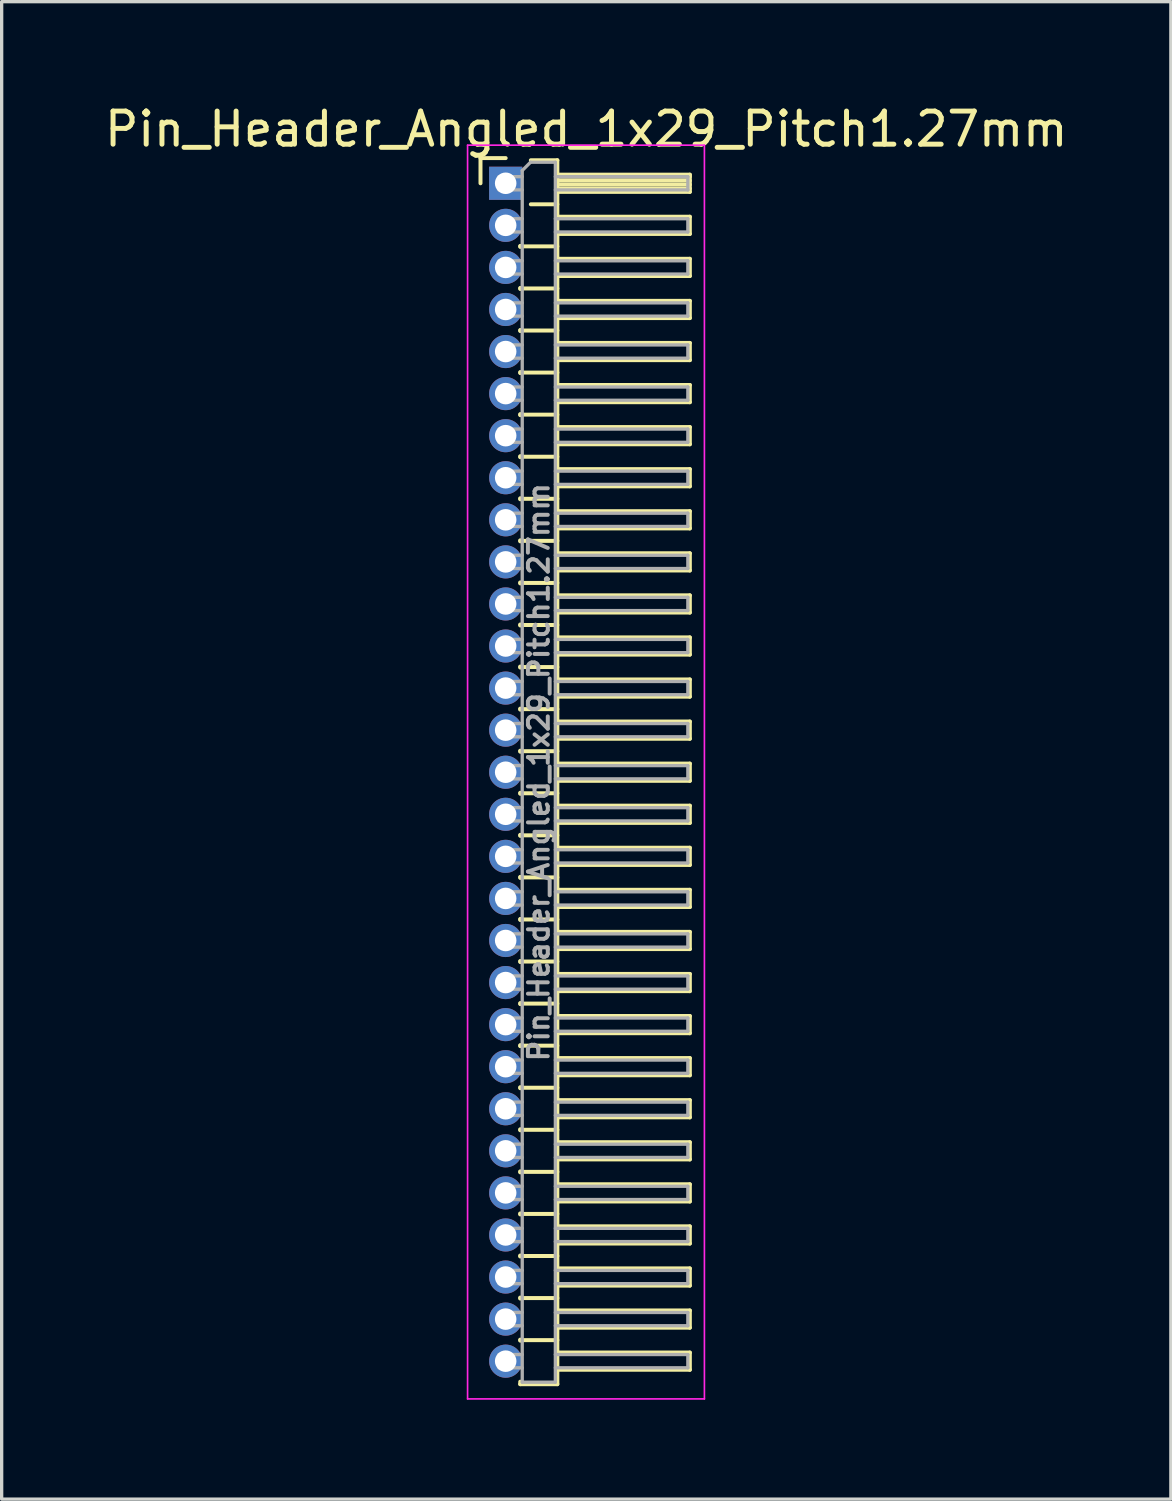
<source format=kicad_pcb>
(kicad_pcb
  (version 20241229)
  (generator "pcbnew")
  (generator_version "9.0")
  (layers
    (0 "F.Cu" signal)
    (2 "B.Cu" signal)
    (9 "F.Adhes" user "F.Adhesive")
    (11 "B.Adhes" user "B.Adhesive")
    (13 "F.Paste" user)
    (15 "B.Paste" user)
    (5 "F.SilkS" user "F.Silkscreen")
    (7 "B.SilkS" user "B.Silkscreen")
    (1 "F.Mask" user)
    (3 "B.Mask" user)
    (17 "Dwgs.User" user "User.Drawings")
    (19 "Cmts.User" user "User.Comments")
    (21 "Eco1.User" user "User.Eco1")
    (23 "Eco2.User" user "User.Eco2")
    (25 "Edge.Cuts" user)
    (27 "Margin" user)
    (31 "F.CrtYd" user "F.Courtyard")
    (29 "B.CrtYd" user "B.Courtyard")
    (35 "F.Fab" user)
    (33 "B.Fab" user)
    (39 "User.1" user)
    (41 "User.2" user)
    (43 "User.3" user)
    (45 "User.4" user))
  (footprint "Pin_Header_Angled_1x29_Pitch1.27mm"
    (layer "F.Cu")
    (at 12.216 2.483)
    (property "Reference" "Pin_Header_Angled_1x29_Pitch1.27mm" (at 2.433 -1.635 0) (layer "F.SilkS") (effects (font (size 1 1) (thickness 0.15))))
    (attr through_hole)
    (fp_line (start -0.76 -0.76) (end 0 -0.76) (stroke (width 0.12) (type solid)) (layer "F.SilkS"))
    (fp_line (start -0.76 0) (end -0.76 -0.76) (stroke (width 0.12) (type solid)) (layer "F.SilkS"))
    (fp_line (start 0.44 1.89) (end 0.44 1.92) (stroke (width 0.12) (type solid)) (layer "F.SilkS"))
    (fp_line (start 0.44 1.905) (end 1.56 1.905) (stroke (width 0.12) (type solid)) (layer "F.SilkS"))
    (fp_line (start 0.44 3.16) (end 0.44 3.19) (stroke (width 0.12) (type solid)) (layer "F.SilkS"))
    (fp_line (start 0.44 3.175) (end 1.56 3.175) (stroke (width 0.12) (type solid)) (layer "F.SilkS"))
    (fp_line (start 0.44 4.43) (end 0.44 4.46) (stroke (width 0.12) (type solid)) (layer "F.SilkS"))
    (fp_line (start 0.44 4.445) (end 1.56 4.445) (stroke (width 0.12) (type solid)) (layer "F.SilkS"))
    (fp_line (start 0.44 5.7) (end 0.44 5.73) (stroke (width 0.12) (type solid)) (layer "F.SilkS"))
    (fp_line (start 0.44 5.715) (end 1.56 5.715) (stroke (width 0.12) (type solid)) (layer "F.SilkS"))
    (fp_line (start 0.44 6.97) (end 0.44 7) (stroke (width 0.12) (type solid)) (layer "F.SilkS"))
    (fp_line (start 0.44 6.985) (end 1.56 6.985) (stroke (width 0.12) (type solid)) (layer "F.SilkS"))
    (fp_line (start 0.44 8.24) (end 0.44 8.27) (stroke (width 0.12) (type solid)) (layer "F.SilkS"))
    (fp_line (start 0.44 8.255) (end 1.56 8.255) (stroke (width 0.12) (type solid)) (layer "F.SilkS"))
    (fp_line (start 0.44 9.51) (end 0.44 9.54) (stroke (width 0.12) (type solid)) (layer "F.SilkS"))
    (fp_line (start 0.44 9.525) (end 1.56 9.525) (stroke (width 0.12) (type solid)) (layer "F.SilkS"))
    (fp_line (start 0.44 10.78) (end 0.44 10.81) (stroke (width 0.12) (type solid)) (layer "F.SilkS"))
    (fp_line (start 0.44 10.795) (end 1.56 10.795) (stroke (width 0.12) (type solid)) (layer "F.SilkS"))
    (fp_line (start 0.44 12.05) (end 0.44 12.08) (stroke (width 0.12) (type solid)) (layer "F.SilkS"))
    (fp_line (start 0.44 12.065) (end 1.56 12.065) (stroke (width 0.12) (type solid)) (layer "F.SilkS"))
    (fp_line (start 0.44 13.32) (end 0.44 13.35) (stroke (width 0.12) (type solid)) (layer "F.SilkS"))
    (fp_line (start 0.44 13.335) (end 1.56 13.335) (stroke (width 0.12) (type solid)) (layer "F.SilkS"))
    (fp_line (start 0.44 14.59) (end 0.44 14.62) (stroke (width 0.12) (type solid)) (layer "F.SilkS"))
    (fp_line (start 0.44 14.605) (end 1.56 14.605) (stroke (width 0.12) (type solid)) (layer "F.SilkS"))
    (fp_line (start 0.44 15.86) (end 0.44 15.89) (stroke (width 0.12) (type solid)) (layer "F.SilkS"))
    (fp_line (start 0.44 15.875) (end 1.56 15.875) (stroke (width 0.12) (type solid)) (layer "F.SilkS"))
    (fp_line (start 0.44 17.13) (end 0.44 17.16) (stroke (width 0.12) (type solid)) (layer "F.SilkS"))
    (fp_line (start 0.44 17.145) (end 1.56 17.145) (stroke (width 0.12) (type solid)) (layer "F.SilkS"))
    (fp_line (start 0.44 18.4) (end 0.44 18.43) (stroke (width 0.12) (type solid)) (layer "F.SilkS"))
    (fp_line (start 0.44 18.415) (end 1.56 18.415) (stroke (width 0.12) (type solid)) (layer "F.SilkS"))
    (fp_line (start 0.44 19.67) (end 0.44 19.7) (stroke (width 0.12) (type solid)) (layer "F.SilkS"))
    (fp_line (start 0.44 19.685) (end 1.56 19.685) (stroke (width 0.12) (type solid)) (layer "F.SilkS"))
    (fp_line (start 0.44 20.94) (end 0.44 20.97) (stroke (width 0.12) (type solid)) (layer "F.SilkS"))
    (fp_line (start 0.44 20.955) (end 1.56 20.955) (stroke (width 0.12) (type solid)) (layer "F.SilkS"))
    (fp_line (start 0.44 22.21) (end 0.44 22.24) (stroke (width 0.12) (type solid)) (layer "F.SilkS"))
    (fp_line (start 0.44 22.225) (end 1.56 22.225) (stroke (width 0.12) (type solid)) (layer "F.SilkS"))
    (fp_line (start 0.44 23.48) (end 0.44 23.51) (stroke (width 0.12) (type solid)) (layer "F.SilkS"))
    (fp_line (start 0.44 23.495) (end 1.56 23.495) (stroke (width 0.12) (type solid)) (layer "F.SilkS"))
    (fp_line (start 0.44 24.75) (end 0.44 24.78) (stroke (width 0.12) (type solid)) (layer "F.SilkS"))
    (fp_line (start 0.44 24.765) (end 1.56 24.765) (stroke (width 0.12) (type solid)) (layer "F.SilkS"))
    (fp_line (start 0.44 26.02) (end 0.44 26.05) (stroke (width 0.12) (type solid)) (layer "F.SilkS"))
    (fp_line (start 0.44 26.035) (end 1.56 26.035) (stroke (width 0.12) (type solid)) (layer "F.SilkS"))
    (fp_line (start 0.44 27.29) (end 0.44 27.32) (stroke (width 0.12) (type solid)) (layer "F.SilkS"))
    (fp_line (start 0.44 27.305) (end 1.56 27.305) (stroke (width 0.12) (type solid)) (layer "F.SilkS"))
    (fp_line (start 0.44 28.56) (end 0.44 28.59) (stroke (width 0.12) (type solid)) (layer "F.SilkS"))
    (fp_line (start 0.44 28.575) (end 1.56 28.575) (stroke (width 0.12) (type solid)) (layer "F.SilkS"))
    (fp_line (start 0.44 29.83) (end 0.44 29.86) (stroke (width 0.12) (type solid)) (layer "F.SilkS"))
    (fp_line (start 0.44 29.845) (end 1.56 29.845) (stroke (width 0.12) (type solid)) (layer "F.SilkS"))
    (fp_line (start 0.44 31.1) (end 0.44 31.13) (stroke (width 0.12) (type solid)) (layer "F.SilkS"))
    (fp_line (start 0.44 31.115) (end 1.56 31.115) (stroke (width 0.12) (type solid)) (layer "F.SilkS"))
    (fp_line (start 0.44 32.37) (end 0.44 32.4) (stroke (width 0.12) (type solid)) (layer "F.SilkS"))
    (fp_line (start 0.44 32.385) (end 1.56 32.385) (stroke (width 0.12) (type solid)) (layer "F.SilkS"))
    (fp_line (start 0.44 33.64) (end 0.44 33.67) (stroke (width 0.12) (type solid)) (layer "F.SilkS"))
    (fp_line (start 0.44 33.655) (end 1.56 33.655) (stroke (width 0.12) (type solid)) (layer "F.SilkS"))
    (fp_line (start 0.44 34.91) (end 0.44 34.94) (stroke (width 0.12) (type solid)) (layer "F.SilkS"))
    (fp_line (start 0.44 34.925) (end 1.56 34.925) (stroke (width 0.12) (type solid)) (layer "F.SilkS"))
    (fp_line (start 0.44 36.255) (end 0.44 36.18) (stroke (width 0.12) (type solid)) (layer "F.SilkS"))
    (fp_line (start 0.76 -0.695) (end 1.56 -0.695) (stroke (width 0.12) (type solid)) (layer "F.SilkS"))
    (fp_line (start 0.76 0.635) (end 1.56 0.635) (stroke (width 0.12) (type solid)) (layer "F.SilkS"))
    (fp_line (start 1.56 -0.695) (end 1.56 36.255) (stroke (width 0.12) (type solid)) (layer "F.SilkS"))
    (fp_line (start 1.56 -0.26) (end 5.56 -0.26) (stroke (width 0.12) (type solid)) (layer "F.SilkS"))
    (fp_line (start 1.56 -0.2) (end 5.56 -0.2) (stroke (width 0.12) (type solid)) (layer "F.SilkS"))
    (fp_line (start 1.56 -0.08) (end 5.56 -0.08) (stroke (width 0.12) (type solid)) (layer "F.SilkS"))
    (fp_line (start 1.56 0.04) (end 5.56 0.04) (stroke (width 0.12) (type solid)) (layer "F.SilkS"))
    (fp_line (start 1.56 0.16) (end 5.56 0.16) (stroke (width 0.12) (type solid)) (layer "F.SilkS"))
    (fp_line (start 1.56 1.01) (end 5.56 1.01) (stroke (width 0.12) (type solid)) (layer "F.SilkS"))
    (fp_line (start 1.56 2.28) (end 5.56 2.28) (stroke (width 0.12) (type solid)) (layer "F.SilkS"))
    (fp_line (start 1.56 3.55) (end 5.56 3.55) (stroke (width 0.12) (type solid)) (layer "F.SilkS"))
    (fp_line (start 1.56 4.82) (end 5.56 4.82) (stroke (width 0.12) (type solid)) (layer "F.SilkS"))
    (fp_line (start 1.56 6.09) (end 5.56 6.09) (stroke (width 0.12) (type solid)) (layer "F.SilkS"))
    (fp_line (start 1.56 7.36) (end 5.56 7.36) (stroke (width 0.12) (type solid)) (layer "F.SilkS"))
    (fp_line (start 1.56 8.63) (end 5.56 8.63) (stroke (width 0.12) (type solid)) (layer "F.SilkS"))
    (fp_line (start 1.56 9.9) (end 5.56 9.9) (stroke (width 0.12) (type solid)) (layer "F.SilkS"))
    (fp_line (start 1.56 11.17) (end 5.56 11.17) (stroke (width 0.12) (type solid)) (layer "F.SilkS"))
    (fp_line (start 1.56 12.44) (end 5.56 12.44) (stroke (width 0.12) (type solid)) (layer "F.SilkS"))
    (fp_line (start 1.56 13.71) (end 5.56 13.71) (stroke (width 0.12) (type solid)) (layer "F.SilkS"))
    (fp_line (start 1.56 14.98) (end 5.56 14.98) (stroke (width 0.12) (type solid)) (layer "F.SilkS"))
    (fp_line (start 1.56 16.25) (end 5.56 16.25) (stroke (width 0.12) (type solid)) (layer "F.SilkS"))
    (fp_line (start 1.56 17.52) (end 5.56 17.52) (stroke (width 0.12) (type solid)) (layer "F.SilkS"))
    (fp_line (start 1.56 18.79) (end 5.56 18.79) (stroke (width 0.12) (type solid)) (layer "F.SilkS"))
    (fp_line (start 1.56 20.06) (end 5.56 20.06) (stroke (width 0.12) (type solid)) (layer "F.SilkS"))
    (fp_line (start 1.56 21.33) (end 5.56 21.33) (stroke (width 0.12) (type solid)) (layer "F.SilkS"))
    (fp_line (start 1.56 22.6) (end 5.56 22.6) (stroke (width 0.12) (type solid)) (layer "F.SilkS"))
    (fp_line (start 1.56 23.87) (end 5.56 23.87) (stroke (width 0.12) (type solid)) (layer "F.SilkS"))
    (fp_line (start 1.56 25.14) (end 5.56 25.14) (stroke (width 0.12) (type solid)) (layer "F.SilkS"))
    (fp_line (start 1.56 26.41) (end 5.56 26.41) (stroke (width 0.12) (type solid)) (layer "F.SilkS"))
    (fp_line (start 1.56 27.68) (end 5.56 27.68) (stroke (width 0.12) (type solid)) (layer "F.SilkS"))
    (fp_line (start 1.56 28.95) (end 5.56 28.95) (stroke (width 0.12) (type solid)) (layer "F.SilkS"))
    (fp_line (start 1.56 30.22) (end 5.56 30.22) (stroke (width 0.12) (type solid)) (layer "F.SilkS"))
    (fp_line (start 1.56 31.49) (end 5.56 31.49) (stroke (width 0.12) (type solid)) (layer "F.SilkS"))
    (fp_line (start 1.56 32.76) (end 5.56 32.76) (stroke (width 0.12) (type solid)) (layer "F.SilkS"))
    (fp_line (start 1.56 34.03) (end 5.56 34.03) (stroke (width 0.12) (type solid)) (layer "F.SilkS"))
    (fp_line (start 1.56 35.3) (end 5.56 35.3) (stroke (width 0.12) (type solid)) (layer "F.SilkS"))
    (fp_line (start 1.56 36.255) (end 0.44 36.255) (stroke (width 0.12) (type solid)) (layer "F.SilkS"))
    (fp_line (start 5.56 -0.26) (end 5.56 0.26) (stroke (width 0.12) (type solid)) (layer "F.SilkS"))
    (fp_line (start 5.56 0.26) (end 1.56 0.26) (stroke (width 0.12) (type solid)) (layer "F.SilkS"))
    (fp_line (start 5.56 1.01) (end 5.56 1.53) (stroke (width 0.12) (type solid)) (layer "F.SilkS"))
    (fp_line (start 5.56 1.53) (end 1.56 1.53) (stroke (width 0.12) (type solid)) (layer "F.SilkS"))
    (fp_line (start 5.56 2.28) (end 5.56 2.8) (stroke (width 0.12) (type solid)) (layer "F.SilkS"))
    (fp_line (start 5.56 2.8) (end 1.56 2.8) (stroke (width 0.12) (type solid)) (layer "F.SilkS"))
    (fp_line (start 5.56 3.55) (end 5.56 4.07) (stroke (width 0.12) (type solid)) (layer "F.SilkS"))
    (fp_line (start 5.56 4.07) (end 1.56 4.07) (stroke (width 0.12) (type solid)) (layer "F.SilkS"))
    (fp_line (start 5.56 4.82) (end 5.56 5.34) (stroke (width 0.12) (type solid)) (layer "F.SilkS"))
    (fp_line (start 5.56 5.34) (end 1.56 5.34) (stroke (width 0.12) (type solid)) (layer "F.SilkS"))
    (fp_line (start 5.56 6.09) (end 5.56 6.61) (stroke (width 0.12) (type solid)) (layer "F.SilkS"))
    (fp_line (start 5.56 6.61) (end 1.56 6.61) (stroke (width 0.12) (type solid)) (layer "F.SilkS"))
    (fp_line (start 5.56 7.36) (end 5.56 7.88) (stroke (width 0.12) (type solid)) (layer "F.SilkS"))
    (fp_line (start 5.56 7.88) (end 1.56 7.88) (stroke (width 0.12) (type solid)) (layer "F.SilkS"))
    (fp_line (start 5.56 8.63) (end 5.56 9.15) (stroke (width 0.12) (type solid)) (layer "F.SilkS"))
    (fp_line (start 5.56 9.15) (end 1.56 9.15) (stroke (width 0.12) (type solid)) (layer "F.SilkS"))
    (fp_line (start 5.56 9.9) (end 5.56 10.42) (stroke (width 0.12) (type solid)) (layer "F.SilkS"))
    (fp_line (start 5.56 10.42) (end 1.56 10.42) (stroke (width 0.12) (type solid)) (layer "F.SilkS"))
    (fp_line (start 5.56 11.17) (end 5.56 11.69) (stroke (width 0.12) (type solid)) (layer "F.SilkS"))
    (fp_line (start 5.56 11.69) (end 1.56 11.69) (stroke (width 0.12) (type solid)) (layer "F.SilkS"))
    (fp_line (start 5.56 12.44) (end 5.56 12.96) (stroke (width 0.12) (type solid)) (layer "F.SilkS"))
    (fp_line (start 5.56 12.96) (end 1.56 12.96) (stroke (width 0.12) (type solid)) (layer "F.SilkS"))
    (fp_line (start 5.56 13.71) (end 5.56 14.23) (stroke (width 0.12) (type solid)) (layer "F.SilkS"))
    (fp_line (start 5.56 14.23) (end 1.56 14.23) (stroke (width 0.12) (type solid)) (layer "F.SilkS"))
    (fp_line (start 5.56 14.98) (end 5.56 15.5) (stroke (width 0.12) (type solid)) (layer "F.SilkS"))
    (fp_line (start 5.56 15.5) (end 1.56 15.5) (stroke (width 0.12) (type solid)) (layer "F.SilkS"))
    (fp_line (start 5.56 16.25) (end 5.56 16.77) (stroke (width 0.12) (type solid)) (layer "F.SilkS"))
    (fp_line (start 5.56 16.77) (end 1.56 16.77) (stroke (width 0.12) (type solid)) (layer "F.SilkS"))
    (fp_line (start 5.56 17.52) (end 5.56 18.04) (stroke (width 0.12) (type solid)) (layer "F.SilkS"))
    (fp_line (start 5.56 18.04) (end 1.56 18.04) (stroke (width 0.12) (type solid)) (layer "F.SilkS"))
    (fp_line (start 5.56 18.79) (end 5.56 19.31) (stroke (width 0.12) (type solid)) (layer "F.SilkS"))
    (fp_line (start 5.56 19.31) (end 1.56 19.31) (stroke (width 0.12) (type solid)) (layer "F.SilkS"))
    (fp_line (start 5.56 20.06) (end 5.56 20.58) (stroke (width 0.12) (type solid)) (layer "F.SilkS"))
    (fp_line (start 5.56 20.58) (end 1.56 20.58) (stroke (width 0.12) (type solid)) (layer "F.SilkS"))
    (fp_line (start 5.56 21.33) (end 5.56 21.85) (stroke (width 0.12) (type solid)) (layer "F.SilkS"))
    (fp_line (start 5.56 21.85) (end 1.56 21.85) (stroke (width 0.12) (type solid)) (layer "F.SilkS"))
    (fp_line (start 5.56 22.6) (end 5.56 23.12) (stroke (width 0.12) (type solid)) (layer "F.SilkS"))
    (fp_line (start 5.56 23.12) (end 1.56 23.12) (stroke (width 0.12) (type solid)) (layer "F.SilkS"))
    (fp_line (start 5.56 23.87) (end 5.56 24.39) (stroke (width 0.12) (type solid)) (layer "F.SilkS"))
    (fp_line (start 5.56 24.39) (end 1.56 24.39) (stroke (width 0.12) (type solid)) (layer "F.SilkS"))
    (fp_line (start 5.56 25.14) (end 5.56 25.66) (stroke (width 0.12) (type solid)) (layer "F.SilkS"))
    (fp_line (start 5.56 25.66) (end 1.56 25.66) (stroke (width 0.12) (type solid)) (layer "F.SilkS"))
    (fp_line (start 5.56 26.41) (end 5.56 26.93) (stroke (width 0.12) (type solid)) (layer "F.SilkS"))
    (fp_line (start 5.56 26.93) (end 1.56 26.93) (stroke (width 0.12) (type solid)) (layer "F.SilkS"))
    (fp_line (start 5.56 27.68) (end 5.56 28.2) (stroke (width 0.12) (type solid)) (layer "F.SilkS"))
    (fp_line (start 5.56 28.2) (end 1.56 28.2) (stroke (width 0.12) (type solid)) (layer "F.SilkS"))
    (fp_line (start 5.56 28.95) (end 5.56 29.47) (stroke (width 0.12) (type solid)) (layer "F.SilkS"))
    (fp_line (start 5.56 29.47) (end 1.56 29.47) (stroke (width 0.12) (type solid)) (layer "F.SilkS"))
    (fp_line (start 5.56 30.22) (end 5.56 30.74) (stroke (width 0.12) (type solid)) (layer "F.SilkS"))
    (fp_line (start 5.56 30.74) (end 1.56 30.74) (stroke (width 0.12) (type solid)) (layer "F.SilkS"))
    (fp_line (start 5.56 31.49) (end 5.56 32.01) (stroke (width 0.12) (type solid)) (layer "F.SilkS"))
    (fp_line (start 5.56 32.01) (end 1.56 32.01) (stroke (width 0.12) (type solid)) (layer "F.SilkS"))
    (fp_line (start 5.56 32.76) (end 5.56 33.28) (stroke (width 0.12) (type solid)) (layer "F.SilkS"))
    (fp_line (start 5.56 33.28) (end 1.56 33.28) (stroke (width 0.12) (type solid)) (layer "F.SilkS"))
    (fp_line (start 5.56 34.03) (end 5.56 34.55) (stroke (width 0.12) (type solid)) (layer "F.SilkS"))
    (fp_line (start 5.56 34.55) (end 1.56 34.55) (stroke (width 0.12) (type solid)) (layer "F.SilkS"))
    (fp_line (start 5.56 35.3) (end 5.56 35.82) (stroke (width 0.12) (type solid)) (layer "F.SilkS"))
    (fp_line (start 5.56 35.82) (end 1.56 35.82) (stroke (width 0.12) (type solid)) (layer "F.SilkS"))
    (fp_line (start -1.15 -1.15) (end -1.15 36.7) (stroke (width 0.05) (type solid)) (layer "F.CrtYd"))
    (fp_line (start -1.15 36.7) (end 6 36.7) (stroke (width 0.05) (type solid)) (layer "F.CrtYd"))
    (fp_line (start 6 -1.15) (end -1.15 -1.15) (stroke (width 0.05) (type solid)) (layer "F.CrtYd"))
    (fp_line (start 6 36.7) (end 6 -1.15) (stroke (width 0.05) (type solid)) (layer "F.CrtYd"))
    (fp_line (start -0.2 -0.2) (end -0.2 0.2) (stroke (width 0.1) (type solid)) (layer "F.Fab"))
    (fp_line (start -0.2 -0.2) (end 0.5 -0.2) (stroke (width 0.1) (type solid)) (layer "F.Fab"))
    (fp_line (start -0.2 0.2) (end 0.5 0.2) (stroke (width 0.1) (type solid)) (layer "F.Fab"))
    (fp_line (start -0.2 1.07) (end -0.2 1.47) (stroke (width 0.1) (type solid)) (layer "F.Fab"))
    (fp_line (start -0.2 1.07) (end 0.5 1.07) (stroke (width 0.1) (type solid)) (layer "F.Fab"))
    (fp_line (start -0.2 1.47) (end 0.5 1.47) (stroke (width 0.1) (type solid)) (layer "F.Fab"))
    (fp_line (start -0.2 2.34) (end -0.2 2.74) (stroke (width 0.1) (type solid)) (layer "F.Fab"))
    (fp_line (start -0.2 2.34) (end 0.5 2.34) (stroke (width 0.1) (type solid)) (layer "F.Fab"))
    (fp_line (start -0.2 2.74) (end 0.5 2.74) (stroke (width 0.1) (type solid)) (layer "F.Fab"))
    (fp_line (start -0.2 3.61) (end -0.2 4.01) (stroke (width 0.1) (type solid)) (layer "F.Fab"))
    (fp_line (start -0.2 3.61) (end 0.5 3.61) (stroke (width 0.1) (type solid)) (layer "F.Fab"))
    (fp_line (start -0.2 4.01) (end 0.5 4.01) (stroke (width 0.1) (type solid)) (layer "F.Fab"))
    (fp_line (start -0.2 4.88) (end -0.2 5.28) (stroke (width 0.1) (type solid)) (layer "F.Fab"))
    (fp_line (start -0.2 4.88) (end 0.5 4.88) (stroke (width 0.1) (type solid)) (layer "F.Fab"))
    (fp_line (start -0.2 5.28) (end 0.5 5.28) (stroke (width 0.1) (type solid)) (layer "F.Fab"))
    (fp_line (start -0.2 6.15) (end -0.2 6.55) (stroke (width 0.1) (type solid)) (layer "F.Fab"))
    (fp_line (start -0.2 6.15) (end 0.5 6.15) (stroke (width 0.1) (type solid)) (layer "F.Fab"))
    (fp_line (start -0.2 6.55) (end 0.5 6.55) (stroke (width 0.1) (type solid)) (layer "F.Fab"))
    (fp_line (start -0.2 7.42) (end -0.2 7.82) (stroke (width 0.1) (type solid)) (layer "F.Fab"))
    (fp_line (start -0.2 7.42) (end 0.5 7.42) (stroke (width 0.1) (type solid)) (layer "F.Fab"))
    (fp_line (start -0.2 7.82) (end 0.5 7.82) (stroke (width 0.1) (type solid)) (layer "F.Fab"))
    (fp_line (start -0.2 8.69) (end -0.2 9.09) (stroke (width 0.1) (type solid)) (layer "F.Fab"))
    (fp_line (start -0.2 8.69) (end 0.5 8.69) (stroke (width 0.1) (type solid)) (layer "F.Fab"))
    (fp_line (start -0.2 9.09) (end 0.5 9.09) (stroke (width 0.1) (type solid)) (layer "F.Fab"))
    (fp_line (start -0.2 9.96) (end -0.2 10.36) (stroke (width 0.1) (type solid)) (layer "F.Fab"))
    (fp_line (start -0.2 9.96) (end 0.5 9.96) (stroke (width 0.1) (type solid)) (layer "F.Fab"))
    (fp_line (start -0.2 10.36) (end 0.5 10.36) (stroke (width 0.1) (type solid)) (layer "F.Fab"))
    (fp_line (start -0.2 11.23) (end -0.2 11.63) (stroke (width 0.1) (type solid)) (layer "F.Fab"))
    (fp_line (start -0.2 11.23) (end 0.5 11.23) (stroke (width 0.1) (type solid)) (layer "F.Fab"))
    (fp_line (start -0.2 11.63) (end 0.5 11.63) (stroke (width 0.1) (type solid)) (layer "F.Fab"))
    (fp_line (start -0.2 12.5) (end -0.2 12.9) (stroke (width 0.1) (type solid)) (layer "F.Fab"))
    (fp_line (start -0.2 12.5) (end 0.5 12.5) (stroke (width 0.1) (type solid)) (layer "F.Fab"))
    (fp_line (start -0.2 12.9) (end 0.5 12.9) (stroke (width 0.1) (type solid)) (layer "F.Fab"))
    (fp_line (start -0.2 13.77) (end -0.2 14.17) (stroke (width 0.1) (type solid)) (layer "F.Fab"))
    (fp_line (start -0.2 13.77) (end 0.5 13.77) (stroke (width 0.1) (type solid)) (layer "F.Fab"))
    (fp_line (start -0.2 14.17) (end 0.5 14.17) (stroke (width 0.1) (type solid)) (layer "F.Fab"))
    (fp_line (start -0.2 15.04) (end -0.2 15.44) (stroke (width 0.1) (type solid)) (layer "F.Fab"))
    (fp_line (start -0.2 15.04) (end 0.5 15.04) (stroke (width 0.1) (type solid)) (layer "F.Fab"))
    (fp_line (start -0.2 15.44) (end 0.5 15.44) (stroke (width 0.1) (type solid)) (layer "F.Fab"))
    (fp_line (start -0.2 16.31) (end -0.2 16.71) (stroke (width 0.1) (type solid)) (layer "F.Fab"))
    (fp_line (start -0.2 16.31) (end 0.5 16.31) (stroke (width 0.1) (type solid)) (layer "F.Fab"))
    (fp_line (start -0.2 16.71) (end 0.5 16.71) (stroke (width 0.1) (type solid)) (layer "F.Fab"))
    (fp_line (start -0.2 17.58) (end -0.2 17.98) (stroke (width 0.1) (type solid)) (layer "F.Fab"))
    (fp_line (start -0.2 17.58) (end 0.5 17.58) (stroke (width 0.1) (type solid)) (layer "F.Fab"))
    (fp_line (start -0.2 17.98) (end 0.5 17.98) (stroke (width 0.1) (type solid)) (layer "F.Fab"))
    (fp_line (start -0.2 18.85) (end -0.2 19.25) (stroke (width 0.1) (type solid)) (layer "F.Fab"))
    (fp_line (start -0.2 18.85) (end 0.5 18.85) (stroke (width 0.1) (type solid)) (layer "F.Fab"))
    (fp_line (start -0.2 19.25) (end 0.5 19.25) (stroke (width 0.1) (type solid)) (layer "F.Fab"))
    (fp_line (start -0.2 20.12) (end -0.2 20.52) (stroke (width 0.1) (type solid)) (layer "F.Fab"))
    (fp_line (start -0.2 20.12) (end 0.5 20.12) (stroke (width 0.1) (type solid)) (layer "F.Fab"))
    (fp_line (start -0.2 20.52) (end 0.5 20.52) (stroke (width 0.1) (type solid)) (layer "F.Fab"))
    (fp_line (start -0.2 21.39) (end -0.2 21.79) (stroke (width 0.1) (type solid)) (layer "F.Fab"))
    (fp_line (start -0.2 21.39) (end 0.5 21.39) (stroke (width 0.1) (type solid)) (layer "F.Fab"))
    (fp_line (start -0.2 21.79) (end 0.5 21.79) (stroke (width 0.1) (type solid)) (layer "F.Fab"))
    (fp_line (start -0.2 22.66) (end -0.2 23.06) (stroke (width 0.1) (type solid)) (layer "F.Fab"))
    (fp_line (start -0.2 22.66) (end 0.5 22.66) (stroke (width 0.1) (type solid)) (layer "F.Fab"))
    (fp_line (start -0.2 23.06) (end 0.5 23.06) (stroke (width 0.1) (type solid)) (layer "F.Fab"))
    (fp_line (start -0.2 23.93) (end -0.2 24.33) (stroke (width 0.1) (type solid)) (layer "F.Fab"))
    (fp_line (start -0.2 23.93) (end 0.5 23.93) (stroke (width 0.1) (type solid)) (layer "F.Fab"))
    (fp_line (start -0.2 24.33) (end 0.5 24.33) (stroke (width 0.1) (type solid)) (layer "F.Fab"))
    (fp_line (start -0.2 25.2) (end -0.2 25.6) (stroke (width 0.1) (type solid)) (layer "F.Fab"))
    (fp_line (start -0.2 25.2) (end 0.5 25.2) (stroke (width 0.1) (type solid)) (layer "F.Fab"))
    (fp_line (start -0.2 25.6) (end 0.5 25.6) (stroke (width 0.1) (type solid)) (layer "F.Fab"))
    (fp_line (start -0.2 26.47) (end -0.2 26.87) (stroke (width 0.1) (type solid)) (layer "F.Fab"))
    (fp_line (start -0.2 26.47) (end 0.5 26.47) (stroke (width 0.1) (type solid)) (layer "F.Fab"))
    (fp_line (start -0.2 26.87) (end 0.5 26.87) (stroke (width 0.1) (type solid)) (layer "F.Fab"))
    (fp_line (start -0.2 27.74) (end -0.2 28.14) (stroke (width 0.1) (type solid)) (layer "F.Fab"))
    (fp_line (start -0.2 27.74) (end 0.5 27.74) (stroke (width 0.1) (type solid)) (layer "F.Fab"))
    (fp_line (start -0.2 28.14) (end 0.5 28.14) (stroke (width 0.1) (type solid)) (layer "F.Fab"))
    (fp_line (start -0.2 29.01) (end -0.2 29.41) (stroke (width 0.1) (type solid)) (layer "F.Fab"))
    (fp_line (start -0.2 29.01) (end 0.5 29.01) (stroke (width 0.1) (type solid)) (layer "F.Fab"))
    (fp_line (start -0.2 29.41) (end 0.5 29.41) (stroke (width 0.1) (type solid)) (layer "F.Fab"))
    (fp_line (start -0.2 30.28) (end -0.2 30.68) (stroke (width 0.1) (type solid)) (layer "F.Fab"))
    (fp_line (start -0.2 30.28) (end 0.5 30.28) (stroke (width 0.1) (type solid)) (layer "F.Fab"))
    (fp_line (start -0.2 30.68) (end 0.5 30.68) (stroke (width 0.1) (type solid)) (layer "F.Fab"))
    (fp_line (start -0.2 31.55) (end -0.2 31.95) (stroke (width 0.1) (type solid)) (layer "F.Fab"))
    (fp_line (start -0.2 31.55) (end 0.5 31.55) (stroke (width 0.1) (type solid)) (layer "F.Fab"))
    (fp_line (start -0.2 31.95) (end 0.5 31.95) (stroke (width 0.1) (type solid)) (layer "F.Fab"))
    (fp_line (start -0.2 32.82) (end -0.2 33.22) (stroke (width 0.1) (type solid)) (layer "F.Fab"))
    (fp_line (start -0.2 32.82) (end 0.5 32.82) (stroke (width 0.1) (type solid)) (layer "F.Fab"))
    (fp_line (start -0.2 33.22) (end 0.5 33.22) (stroke (width 0.1) (type solid)) (layer "F.Fab"))
    (fp_line (start -0.2 34.09) (end -0.2 34.49) (stroke (width 0.1) (type solid)) (layer "F.Fab"))
    (fp_line (start -0.2 34.09) (end 0.5 34.09) (stroke (width 0.1) (type solid)) (layer "F.Fab"))
    (fp_line (start -0.2 34.49) (end 0.5 34.49) (stroke (width 0.1) (type solid)) (layer "F.Fab"))
    (fp_line (start -0.2 35.36) (end -0.2 35.76) (stroke (width 0.1) (type solid)) (layer "F.Fab"))
    (fp_line (start -0.2 35.36) (end 0.5 35.36) (stroke (width 0.1) (type solid)) (layer "F.Fab"))
    (fp_line (start -0.2 35.76) (end 0.5 35.76) (stroke (width 0.1) (type solid)) (layer "F.Fab"))
    (fp_line (start 0.5 -0.385) (end 0.75 -0.635) (stroke (width 0.1) (type solid)) (layer "F.Fab"))
    (fp_line (start 0.5 36.195) (end 0.5 -0.385) (stroke (width 0.1) (type solid)) (layer "F.Fab"))
    (fp_line (start 0.75 -0.635) (end 1.5 -0.635) (stroke (width 0.1) (type solid)) (layer "F.Fab"))
    (fp_line (start 1.5 -0.635) (end 1.5 36.195) (stroke (width 0.1) (type solid)) (layer "F.Fab"))
    (fp_line (start 1.5 -0.2) (end 5.5 -0.2) (stroke (width 0.1) (type solid)) (layer "F.Fab"))
    (fp_line (start 1.5 0.2) (end 5.5 0.2) (stroke (width 0.1) (type solid)) (layer "F.Fab"))
    (fp_line (start 1.5 1.07) (end 5.5 1.07) (stroke (width 0.1) (type solid)) (layer "F.Fab"))
    (fp_line (start 1.5 1.47) (end 5.5 1.47) (stroke (width 0.1) (type solid)) (layer "F.Fab"))
    (fp_line (start 1.5 2.34) (end 5.5 2.34) (stroke (width 0.1) (type solid)) (layer "F.Fab"))
    (fp_line (start 1.5 2.74) (end 5.5 2.74) (stroke (width 0.1) (type solid)) (layer "F.Fab"))
    (fp_line (start 1.5 3.61) (end 5.5 3.61) (stroke (width 0.1) (type solid)) (layer "F.Fab"))
    (fp_line (start 1.5 4.01) (end 5.5 4.01) (stroke (width 0.1) (type solid)) (layer "F.Fab"))
    (fp_line (start 1.5 4.88) (end 5.5 4.88) (stroke (width 0.1) (type solid)) (layer "F.Fab"))
    (fp_line (start 1.5 5.28) (end 5.5 5.28) (stroke (width 0.1) (type solid)) (layer "F.Fab"))
    (fp_line (start 1.5 6.15) (end 5.5 6.15) (stroke (width 0.1) (type solid)) (layer "F.Fab"))
    (fp_line (start 1.5 6.55) (end 5.5 6.55) (stroke (width 0.1) (type solid)) (layer "F.Fab"))
    (fp_line (start 1.5 7.42) (end 5.5 7.42) (stroke (width 0.1) (type solid)) (layer "F.Fab"))
    (fp_line (start 1.5 7.82) (end 5.5 7.82) (stroke (width 0.1) (type solid)) (layer "F.Fab"))
    (fp_line (start 1.5 8.69) (end 5.5 8.69) (stroke (width 0.1) (type solid)) (layer "F.Fab"))
    (fp_line (start 1.5 9.09) (end 5.5 9.09) (stroke (width 0.1) (type solid)) (layer "F.Fab"))
    (fp_line (start 1.5 9.96) (end 5.5 9.96) (stroke (width 0.1) (type solid)) (layer "F.Fab"))
    (fp_line (start 1.5 10.36) (end 5.5 10.36) (stroke (width 0.1) (type solid)) (layer "F.Fab"))
    (fp_line (start 1.5 11.23) (end 5.5 11.23) (stroke (width 0.1) (type solid)) (layer "F.Fab"))
    (fp_line (start 1.5 11.63) (end 5.5 11.63) (stroke (width 0.1) (type solid)) (layer "F.Fab"))
    (fp_line (start 1.5 12.5) (end 5.5 12.5) (stroke (width 0.1) (type solid)) (layer "F.Fab"))
    (fp_line (start 1.5 12.9) (end 5.5 12.9) (stroke (width 0.1) (type solid)) (layer "F.Fab"))
    (fp_line (start 1.5 13.77) (end 5.5 13.77) (stroke (width 0.1) (type solid)) (layer "F.Fab"))
    (fp_line (start 1.5 14.17) (end 5.5 14.17) (stroke (width 0.1) (type solid)) (layer "F.Fab"))
    (fp_line (start 1.5 15.04) (end 5.5 15.04) (stroke (width 0.1) (type solid)) (layer "F.Fab"))
    (fp_line (start 1.5 15.44) (end 5.5 15.44) (stroke (width 0.1) (type solid)) (layer "F.Fab"))
    (fp_line (start 1.5 16.31) (end 5.5 16.31) (stroke (width 0.1) (type solid)) (layer "F.Fab"))
    (fp_line (start 1.5 16.71) (end 5.5 16.71) (stroke (width 0.1) (type solid)) (layer "F.Fab"))
    (fp_line (start 1.5 17.58) (end 5.5 17.58) (stroke (width 0.1) (type solid)) (layer "F.Fab"))
    (fp_line (start 1.5 17.98) (end 5.5 17.98) (stroke (width 0.1) (type solid)) (layer "F.Fab"))
    (fp_line (start 1.5 18.85) (end 5.5 18.85) (stroke (width 0.1) (type solid)) (layer "F.Fab"))
    (fp_line (start 1.5 19.25) (end 5.5 19.25) (stroke (width 0.1) (type solid)) (layer "F.Fab"))
    (fp_line (start 1.5 20.12) (end 5.5 20.12) (stroke (width 0.1) (type solid)) (layer "F.Fab"))
    (fp_line (start 1.5 20.52) (end 5.5 20.52) (stroke (width 0.1) (type solid)) (layer "F.Fab"))
    (fp_line (start 1.5 21.39) (end 5.5 21.39) (stroke (width 0.1) (type solid)) (layer "F.Fab"))
    (fp_line (start 1.5 21.79) (end 5.5 21.79) (stroke (width 0.1) (type solid)) (layer "F.Fab"))
    (fp_line (start 1.5 22.66) (end 5.5 22.66) (stroke (width 0.1) (type solid)) (layer "F.Fab"))
    (fp_line (start 1.5 23.06) (end 5.5 23.06) (stroke (width 0.1) (type solid)) (layer "F.Fab"))
    (fp_line (start 1.5 23.93) (end 5.5 23.93) (stroke (width 0.1) (type solid)) (layer "F.Fab"))
    (fp_line (start 1.5 24.33) (end 5.5 24.33) (stroke (width 0.1) (type solid)) (layer "F.Fab"))
    (fp_line (start 1.5 25.2) (end 5.5 25.2) (stroke (width 0.1) (type solid)) (layer "F.Fab"))
    (fp_line (start 1.5 25.6) (end 5.5 25.6) (stroke (width 0.1) (type solid)) (layer "F.Fab"))
    (fp_line (start 1.5 26.47) (end 5.5 26.47) (stroke (width 0.1) (type solid)) (layer "F.Fab"))
    (fp_line (start 1.5 26.87) (end 5.5 26.87) (stroke (width 0.1) (type solid)) (layer "F.Fab"))
    (fp_line (start 1.5 27.74) (end 5.5 27.74) (stroke (width 0.1) (type solid)) (layer "F.Fab"))
    (fp_line (start 1.5 28.14) (end 5.5 28.14) (stroke (width 0.1) (type solid)) (layer "F.Fab"))
    (fp_line (start 1.5 29.01) (end 5.5 29.01) (stroke (width 0.1) (type solid)) (layer "F.Fab"))
    (fp_line (start 1.5 29.41) (end 5.5 29.41) (stroke (width 0.1) (type solid)) (layer "F.Fab"))
    (fp_line (start 1.5 30.28) (end 5.5 30.28) (stroke (width 0.1) (type solid)) (layer "F.Fab"))
    (fp_line (start 1.5 30.68) (end 5.5 30.68) (stroke (width 0.1) (type solid)) (layer "F.Fab"))
    (fp_line (start 1.5 31.55) (end 5.5 31.55) (stroke (width 0.1) (type solid)) (layer "F.Fab"))
    (fp_line (start 1.5 31.95) (end 5.5 31.95) (stroke (width 0.1) (type solid)) (layer "F.Fab"))
    (fp_line (start 1.5 32.82) (end 5.5 32.82) (stroke (width 0.1) (type solid)) (layer "F.Fab"))
    (fp_line (start 1.5 33.22) (end 5.5 33.22) (stroke (width 0.1) (type solid)) (layer "F.Fab"))
    (fp_line (start 1.5 34.09) (end 5.5 34.09) (stroke (width 0.1) (type solid)) (layer "F.Fab"))
    (fp_line (start 1.5 34.49) (end 5.5 34.49) (stroke (width 0.1) (type solid)) (layer "F.Fab"))
    (fp_line (start 1.5 35.36) (end 5.5 35.36) (stroke (width 0.1) (type solid)) (layer "F.Fab"))
    (fp_line (start 1.5 35.76) (end 5.5 35.76) (stroke (width 0.1) (type solid)) (layer "F.Fab"))
    (fp_line (start 1.5 36.195) (end 0.5 36.195) (stroke (width 0.1) (type solid)) (layer "F.Fab"))
    (fp_line (start 5.5 -0.2) (end 5.5 0.2) (stroke (width 0.1) (type solid)) (layer "F.Fab"))
    (fp_line (start 5.5 1.07) (end 5.5 1.47) (stroke (width 0.1) (type solid)) (layer "F.Fab"))
    (fp_line (start 5.5 2.34) (end 5.5 2.74) (stroke (width 0.1) (type solid)) (layer "F.Fab"))
    (fp_line (start 5.5 3.61) (end 5.5 4.01) (stroke (width 0.1) (type solid)) (layer "F.Fab"))
    (fp_line (start 5.5 4.88) (end 5.5 5.28) (stroke (width 0.1) (type solid)) (layer "F.Fab"))
    (fp_line (start 5.5 6.15) (end 5.5 6.55) (stroke (width 0.1) (type solid)) (layer "F.Fab"))
    (fp_line (start 5.5 7.42) (end 5.5 7.82) (stroke (width 0.1) (type solid)) (layer "F.Fab"))
    (fp_line (start 5.5 8.69) (end 5.5 9.09) (stroke (width 0.1) (type solid)) (layer "F.Fab"))
    (fp_line (start 5.5 9.96) (end 5.5 10.36) (stroke (width 0.1) (type solid)) (layer "F.Fab"))
    (fp_line (start 5.5 11.23) (end 5.5 11.63) (stroke (width 0.1) (type solid)) (layer "F.Fab"))
    (fp_line (start 5.5 12.5) (end 5.5 12.9) (stroke (width 0.1) (type solid)) (layer "F.Fab"))
    (fp_line (start 5.5 13.77) (end 5.5 14.17) (stroke (width 0.1) (type solid)) (layer "F.Fab"))
    (fp_line (start 5.5 15.04) (end 5.5 15.44) (stroke (width 0.1) (type solid)) (layer "F.Fab"))
    (fp_line (start 5.5 16.31) (end 5.5 16.71) (stroke (width 0.1) (type solid)) (layer "F.Fab"))
    (fp_line (start 5.5 17.58) (end 5.5 17.98) (stroke (width 0.1) (type solid)) (layer "F.Fab"))
    (fp_line (start 5.5 18.85) (end 5.5 19.25) (stroke (width 0.1) (type solid)) (layer "F.Fab"))
    (fp_line (start 5.5 20.12) (end 5.5 20.52) (stroke (width 0.1) (type solid)) (layer "F.Fab"))
    (fp_line (start 5.5 21.39) (end 5.5 21.79) (stroke (width 0.1) (type solid)) (layer "F.Fab"))
    (fp_line (start 5.5 22.66) (end 5.5 23.06) (stroke (width 0.1) (type solid)) (layer "F.Fab"))
    (fp_line (start 5.5 23.93) (end 5.5 24.33) (stroke (width 0.1) (type solid)) (layer "F.Fab"))
    (fp_line (start 5.5 25.2) (end 5.5 25.6) (stroke (width 0.1) (type solid)) (layer "F.Fab"))
    (fp_line (start 5.5 26.47) (end 5.5 26.87) (stroke (width 0.1) (type solid)) (layer "F.Fab"))
    (fp_line (start 5.5 27.74) (end 5.5 28.14) (stroke (width 0.1) (type solid)) (layer "F.Fab"))
    (fp_line (start 5.5 29.01) (end 5.5 29.41) (stroke (width 0.1) (type solid)) (layer "F.Fab"))
    (fp_line (start 5.5 30.28) (end 5.5 30.68) (stroke (width 0.1) (type solid)) (layer "F.Fab"))
    (fp_line (start 5.5 31.55) (end 5.5 31.95) (stroke (width 0.1) (type solid)) (layer "F.Fab"))
    (fp_line (start 5.5 32.82) (end 5.5 33.22) (stroke (width 0.1) (type solid)) (layer "F.Fab"))
    (fp_line (start 5.5 34.09) (end 5.5 34.49) (stroke (width 0.1) (type solid)) (layer "F.Fab"))
    (fp_line (start 5.5 35.36) (end 5.5 35.76) (stroke (width 0.1) (type solid)) (layer "F.Fab"))
    (fp_text user "${REFERENCE}" (at 1 17.78 90) (layer "F.Fab") (effects (font (size 0.6 0.6) (thickness 0.12))))
    (pad "1" thru_hole rect (at 0 0) (size 1 1) (drill 0.65) (layers "*.Cu" "*.Mask"))
    (pad "2" thru_hole oval (at 0 1.27) (size 1 1) (drill 0.65) (layers "*.Cu" "*.Mask"))
    (pad "3" thru_hole oval (at 0 2.54) (size 1 1) (drill 0.65) (layers "*.Cu" "*.Mask"))
    (pad "4" thru_hole oval (at 0 3.81) (size 1 1) (drill 0.65) (layers "*.Cu" "*.Mask"))
    (pad "5" thru_hole oval (at 0 5.08) (size 1 1) (drill 0.65) (layers "*.Cu" "*.Mask"))
    (pad "6" thru_hole oval (at 0 6.35) (size 1 1) (drill 0.65) (layers "*.Cu" "*.Mask"))
    (pad "7" thru_hole oval (at 0 7.62) (size 1 1) (drill 0.65) (layers "*.Cu" "*.Mask"))
    (pad "8" thru_hole oval (at 0 8.89) (size 1 1) (drill 0.65) (layers "*.Cu" "*.Mask"))
    (pad "9" thru_hole oval (at 0 10.16) (size 1 1) (drill 0.65) (layers "*.Cu" "*.Mask"))
    (pad "10" thru_hole oval (at 0 11.43) (size 1 1) (drill 0.65) (layers "*.Cu" "*.Mask"))
    (pad "11" thru_hole oval (at 0 12.7) (size 1 1) (drill 0.65) (layers "*.Cu" "*.Mask"))
    (pad "12" thru_hole oval (at 0 13.97) (size 1 1) (drill 0.65) (layers "*.Cu" "*.Mask"))
    (pad "13" thru_hole oval (at 0 15.24) (size 1 1) (drill 0.65) (layers "*.Cu" "*.Mask"))
    (pad "14" thru_hole oval (at 0 16.51) (size 1 1) (drill 0.65) (layers "*.Cu" "*.Mask"))
    (pad "15" thru_hole oval (at 0 17.78) (size 1 1) (drill 0.65) (layers "*.Cu" "*.Mask"))
    (pad "16" thru_hole oval (at 0 19.05) (size 1 1) (drill 0.65) (layers "*.Cu" "*.Mask"))
    (pad "17" thru_hole oval (at 0 20.32) (size 1 1) (drill 0.65) (layers "*.Cu" "*.Mask"))
    (pad "18" thru_hole oval (at 0 21.59) (size 1 1) (drill 0.65) (layers "*.Cu" "*.Mask"))
    (pad "19" thru_hole oval (at 0 22.86) (size 1 1) (drill 0.65) (layers "*.Cu" "*.Mask"))
    (pad "20" thru_hole oval (at 0 24.13) (size 1 1) (drill 0.65) (layers "*.Cu" "*.Mask"))
    (pad "21" thru_hole oval (at 0 25.4) (size 1 1) (drill 0.65) (layers "*.Cu" "*.Mask"))
    (pad "22" thru_hole oval (at 0 26.67) (size 1 1) (drill 0.65) (layers "*.Cu" "*.Mask"))
    (pad "23" thru_hole oval (at 0 27.94) (size 1 1) (drill 0.65) (layers "*.Cu" "*.Mask"))
    (pad "24" thru_hole oval (at 0 29.21) (size 1 1) (drill 0.65) (layers "*.Cu" "*.Mask"))
    (pad "25" thru_hole oval (at 0 30.48) (size 1 1) (drill 0.65) (layers "*.Cu" "*.Mask"))
    (pad "26" thru_hole oval (at 0 31.75) (size 1 1) (drill 0.65) (layers "*.Cu" "*.Mask"))
    (pad "27" thru_hole oval (at 0 33.02) (size 1 1) (drill 0.65) (layers "*.Cu" "*.Mask"))
    (pad "28" thru_hole oval (at 0 34.29) (size 1 1) (drill 0.65) (layers "*.Cu" "*.Mask"))
    (pad "29" thru_hole oval (at 0 35.56) (size 1 1) (drill 0.65) (layers "*.Cu" "*.Mask")))
  (gr_rect
    (start -3 -3)
    (end 32.298 42.208)
    (stroke (width 0.1) (type default))
    (fill no)
    (layer "Edge.Cuts")))
</source>
